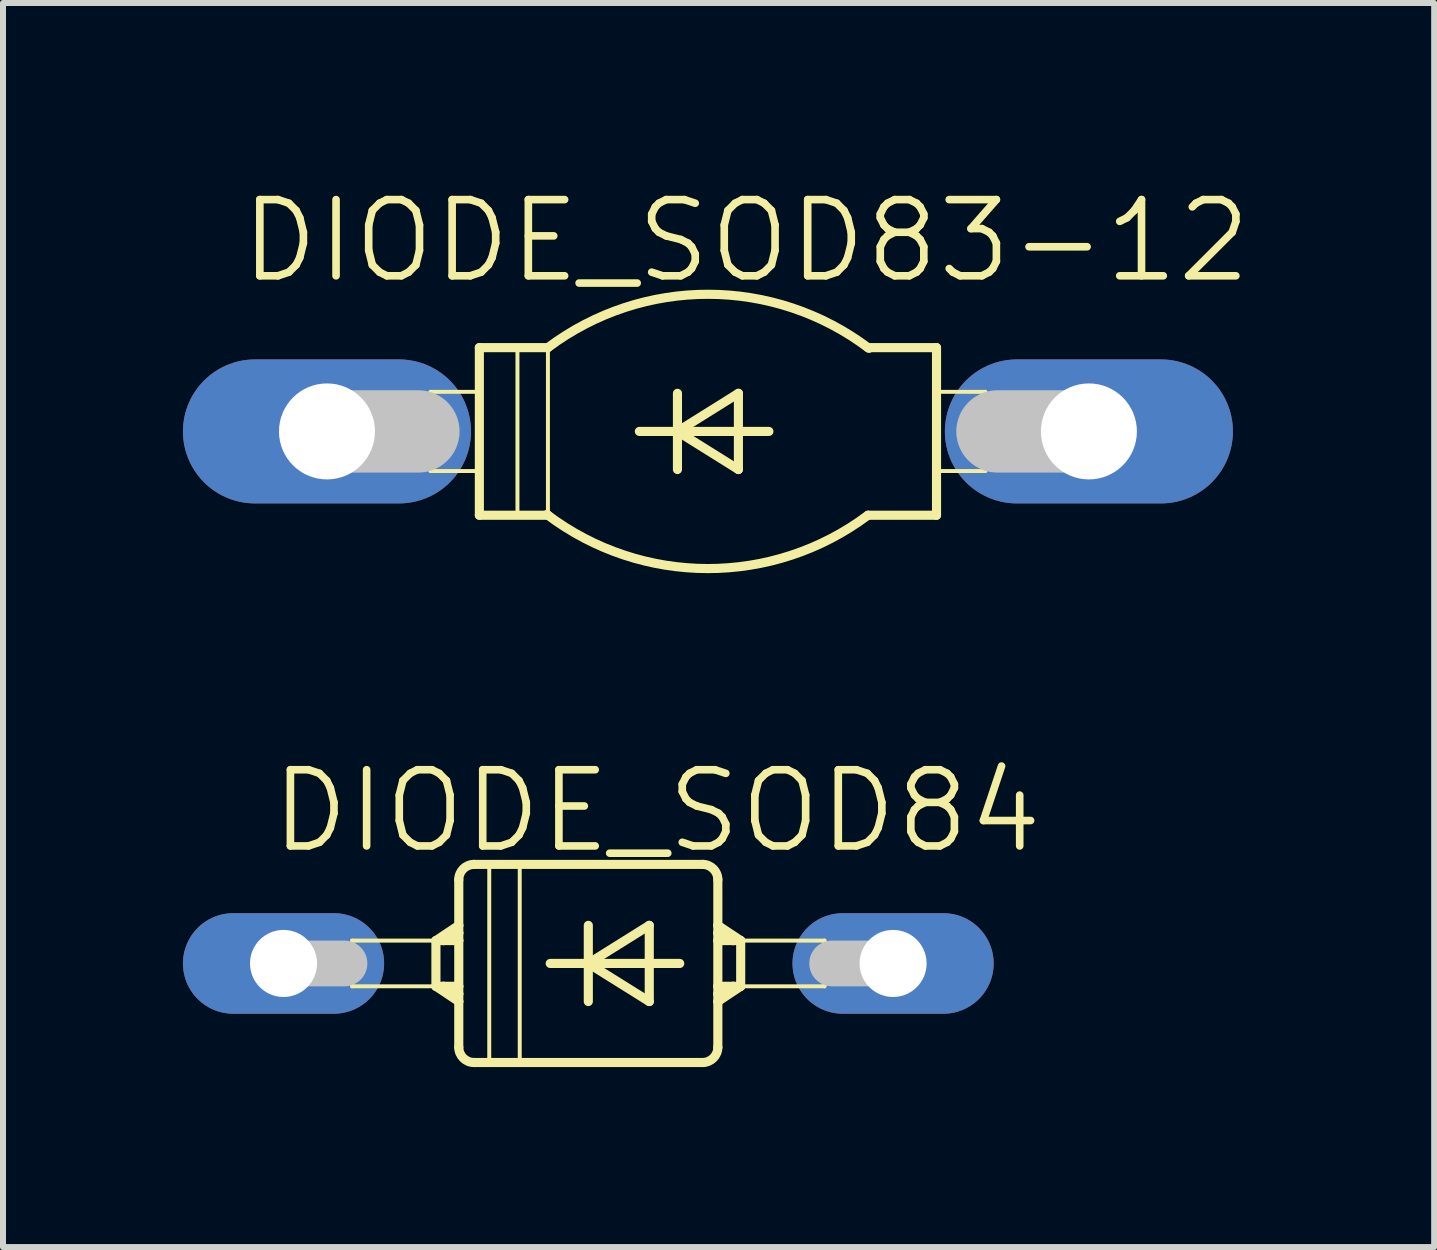
<source format=kicad_pcb>
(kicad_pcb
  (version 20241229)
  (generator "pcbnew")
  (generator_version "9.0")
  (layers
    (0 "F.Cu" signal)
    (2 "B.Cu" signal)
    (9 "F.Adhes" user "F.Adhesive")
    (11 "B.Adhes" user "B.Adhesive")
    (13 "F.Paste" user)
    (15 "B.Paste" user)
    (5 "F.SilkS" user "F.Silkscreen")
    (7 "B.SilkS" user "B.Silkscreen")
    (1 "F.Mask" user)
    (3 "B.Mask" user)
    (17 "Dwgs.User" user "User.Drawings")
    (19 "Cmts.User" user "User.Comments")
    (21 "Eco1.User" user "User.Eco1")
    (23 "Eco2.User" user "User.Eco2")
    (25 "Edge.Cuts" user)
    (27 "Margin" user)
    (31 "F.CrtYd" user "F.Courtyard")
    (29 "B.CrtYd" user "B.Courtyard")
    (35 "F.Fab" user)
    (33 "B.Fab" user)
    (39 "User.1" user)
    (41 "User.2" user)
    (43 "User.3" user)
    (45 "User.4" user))
  (footprint "DIODE_SOD83-12"
    (layer "F.Cu")
    (at 8.75 4.141)
    (property "Reference" "DIODE_SOD83-12" (at 0.635 -3.175 0) (layer "F.SilkS") (effects (font (size 1.27 1.27) (thickness 0.127))))
    (attr exclude_from_pos_files exclude_from_bom)
    (fp_line (start -4.623 -0.66) (end -3.81 -0.66) (stroke (width 0.066) (type solid)) (layer "F.SilkS"))
    (fp_line (start -4.623 0.66) (end -4.623 -0.66) (stroke (width 0.066) (type solid)) (layer "F.SilkS"))
    (fp_line (start -4.623 0.66) (end -3.81 0.66) (stroke (width 0.066) (type solid)) (layer "F.SilkS"))
    (fp_line (start -3.81 -1.397) (end -3.81 1.397) (stroke (width 0.152) (type solid)) (layer "F.SilkS"))
    (fp_line (start -3.81 -1.397) (end -2.667 -1.397) (stroke (width 0.152) (type solid)) (layer "F.SilkS"))
    (fp_line (start -3.81 0.66) (end -3.81 -0.66) (stroke (width 0.066) (type solid)) (layer "F.SilkS"))
    (fp_line (start -3.81 1.397) (end -2.667 1.397) (stroke (width 0.152) (type solid)) (layer "F.SilkS"))
    (fp_line (start -3.175 -1.397) (end -2.667 -1.397) (stroke (width 0.066) (type solid)) (layer "F.SilkS"))
    (fp_line (start -3.175 1.397) (end -3.175 -1.397) (stroke (width 0.066) (type solid)) (layer "F.SilkS"))
    (fp_line (start -3.175 1.397) (end -2.667 1.397) (stroke (width 0.066) (type solid)) (layer "F.SilkS"))
    (fp_line (start -2.667 1.397) (end -2.667 -1.397) (stroke (width 0.066) (type solid)) (layer "F.SilkS"))
    (fp_line (start -1.143 0) (end -0.508 0) (stroke (width 0.152) (type solid)) (layer "F.SilkS"))
    (fp_line (start -0.508 -0.635) (end -0.508 0) (stroke (width 0.152) (type solid)) (layer "F.SilkS"))
    (fp_line (start -0.508 0) (end -0.508 0.635) (stroke (width 0.152) (type solid)) (layer "F.SilkS"))
    (fp_line (start -0.508 0) (end 0.508 -0.635) (stroke (width 0.152) (type solid)) (layer "F.SilkS"))
    (fp_line (start -0.508 0) (end 1.016 0) (stroke (width 0.152) (type solid)) (layer "F.SilkS"))
    (fp_line (start 0.508 -0.635) (end 0.508 0.635) (stroke (width 0.152) (type solid)) (layer "F.SilkS"))
    (fp_line (start 0.508 0.635) (end -0.508 0) (stroke (width 0.152) (type solid)) (layer "F.SilkS"))
    (fp_line (start 2.667 1.397) (end 3.81 1.397) (stroke (width 0.152) (type solid)) (layer "F.SilkS"))
    (fp_line (start 3.81 -1.397) (end 2.667 -1.397) (stroke (width 0.152) (type solid)) (layer "F.SilkS"))
    (fp_line (start 3.81 -0.66) (end 4.623 -0.66) (stroke (width 0.066) (type solid)) (layer "F.SilkS"))
    (fp_line (start 3.81 0.66) (end 3.81 -0.66) (stroke (width 0.066) (type solid)) (layer "F.SilkS"))
    (fp_line (start 3.81 0.66) (end 4.623 0.66) (stroke (width 0.066) (type solid)) (layer "F.SilkS"))
    (fp_line (start 3.81 1.397) (end 3.81 -1.397) (stroke (width 0.152) (type solid)) (layer "F.SilkS"))
    (fp_line (start 4.623 0.66) (end 4.623 -0.66) (stroke (width 0.066) (type solid)) (layer "F.SilkS"))
    (fp_arc (start -2.667 -1.397) (mid 0.010094 -2.285989) (end 2.683122 -1.384851) (stroke (width 0.1524) (type solid)) (layer "F.SilkS"))
    (fp_arc (start 2.667 1.397) (mid -0.010094 2.285989) (end -2.683122 1.384851) (stroke (width 0.1524) (type solid)) (layer "F.SilkS"))
    (fp_line (start -6.35 0) (end -4.826 0) (stroke (width 1.372) (type solid)) (layer "Dwgs.User"))
    (fp_line (start 6.35 0) (end 4.826 0) (stroke (width 1.372) (type solid)) (layer "Dwgs.User"))
    (pad "A" thru_hole oval (at 6.35 0 90) (size 2.4 4.801) (drill 1.6) (layers "*.Cu" "*.Paste" "*.Mask"))
    (pad "C" thru_hole oval (at -6.35 0 90) (size 2.4 4.801) (drill 1.6) (layers "*.Cu" "*.Paste" "*.Mask")))
  (footprint "DIODE_SOD84"
    (layer "F.Cu")
    (at 6.756 13.009)
    (property "Reference" "DIODE_SOD84" (at 1.143 -2.54 0) (layer "F.SilkS") (effects (font (size 1.27 1.27) (thickness 0.127))))
    (attr exclude_from_pos_files exclude_from_bom)
    (fp_line (start -3.937 -0.381) (end -2.159 -0.381) (stroke (width 0.066) (type solid)) (layer "F.SilkS"))
    (fp_line (start -3.937 0.381) (end -3.937 -0.381) (stroke (width 0.066) (type solid)) (layer "F.SilkS"))
    (fp_line (start -3.937 0.381) (end -2.159 0.381) (stroke (width 0.066) (type solid)) (layer "F.SilkS"))
    (fp_line (start -2.54 -0.381) (end -2.54 0.381) (stroke (width 0.152) (type solid)) (layer "F.SilkS"))
    (fp_line (start -2.54 -0.381) (end -2.413 -0.381) (stroke (width 0.152) (type solid)) (layer "F.SilkS"))
    (fp_line (start -2.54 0.381) (end -2.413 0.381) (stroke (width 0.152) (type solid)) (layer "F.SilkS"))
    (fp_line (start -2.54 0.381) (end -2.159 0.635) (stroke (width 0.152) (type solid)) (layer "F.SilkS"))
    (fp_line (start -2.413 -0.381) (end -2.159 -0.381) (stroke (width 0.152) (type solid)) (layer "F.SilkS"))
    (fp_line (start -2.413 0.381) (end -2.159 0.381) (stroke (width 0.152) (type solid)) (layer "F.SilkS"))
    (fp_line (start -2.159 -0.635) (end -2.54 -0.381) (stroke (width 0.152) (type solid)) (layer "F.SilkS"))
    (fp_line (start -2.159 -0.635) (end -2.159 -1.397) (stroke (width 0.152) (type solid)) (layer "F.SilkS"))
    (fp_line (start -2.159 -0.635) (end -2.159 -0.508) (stroke (width 0.152) (type solid)) (layer "F.SilkS"))
    (fp_line (start -2.159 -0.508) (end -2.413 -0.381) (stroke (width 0.152) (type solid)) (layer "F.SilkS"))
    (fp_line (start -2.159 -0.508) (end -2.159 -0.381) (stroke (width 0.152) (type solid)) (layer "F.SilkS"))
    (fp_line (start -2.159 -0.381) (end -2.159 0.381) (stroke (width 0.152) (type solid)) (layer "F.SilkS"))
    (fp_line (start -2.159 0.381) (end -2.159 -0.381) (stroke (width 0.066) (type solid)) (layer "F.SilkS"))
    (fp_line (start -2.159 0.381) (end -2.159 0.508) (stroke (width 0.152) (type solid)) (layer "F.SilkS"))
    (fp_line (start -2.159 0.508) (end -2.413 0.381) (stroke (width 0.152) (type solid)) (layer "F.SilkS"))
    (fp_line (start -2.159 0.508) (end -2.159 0.635) (stroke (width 0.152) (type solid)) (layer "F.SilkS"))
    (fp_line (start -2.159 0.635) (end -2.159 1.397) (stroke (width 0.152) (type solid)) (layer "F.SilkS"))
    (fp_line (start -1.905 -1.651) (end 1.905 -1.651) (stroke (width 0.152) (type solid)) (layer "F.SilkS"))
    (fp_line (start -1.905 1.651) (end 1.905 1.651) (stroke (width 0.152) (type solid)) (layer "F.SilkS"))
    (fp_line (start -1.651 -1.651) (end -1.143 -1.651) (stroke (width 0.066) (type solid)) (layer "F.SilkS"))
    (fp_line (start -1.651 1.651) (end -1.651 -1.651) (stroke (width 0.066) (type solid)) (layer "F.SilkS"))
    (fp_line (start -1.651 1.651) (end -1.143 1.651) (stroke (width 0.066) (type solid)) (layer "F.SilkS"))
    (fp_line (start -1.143 1.651) (end -1.143 -1.651) (stroke (width 0.066) (type solid)) (layer "F.SilkS"))
    (fp_line (start -0.635 0) (end 0 0) (stroke (width 0.152) (type solid)) (layer "F.SilkS"))
    (fp_line (start 0 -0.635) (end 0 0) (stroke (width 0.152) (type solid)) (layer "F.SilkS"))
    (fp_line (start 0 0) (end 0 0.635) (stroke (width 0.152) (type solid)) (layer "F.SilkS"))
    (fp_line (start 0 0) (end 1.016 -0.635) (stroke (width 0.152) (type solid)) (layer "F.SilkS"))
    (fp_line (start 0 0) (end 1.524 0) (stroke (width 0.152) (type solid)) (layer "F.SilkS"))
    (fp_line (start 1.016 -0.635) (end 1.016 0.635) (stroke (width 0.152) (type solid)) (layer "F.SilkS"))
    (fp_line (start 1.016 0.635) (end 0 0) (stroke (width 0.152) (type solid)) (layer "F.SilkS"))
    (fp_line (start 2.159 -0.635) (end 2.159 -1.397) (stroke (width 0.152) (type solid)) (layer "F.SilkS"))
    (fp_line (start 2.159 -0.635) (end 2.54 -0.381) (stroke (width 0.152) (type solid)) (layer "F.SilkS"))
    (fp_line (start 2.159 -0.508) (end 2.159 -0.635) (stroke (width 0.152) (type solid)) (layer "F.SilkS"))
    (fp_line (start 2.159 -0.508) (end 2.413 -0.381) (stroke (width 0.152) (type solid)) (layer "F.SilkS"))
    (fp_line (start 2.159 -0.381) (end 2.159 -0.508) (stroke (width 0.152) (type solid)) (layer "F.SilkS"))
    (fp_line (start 2.159 -0.381) (end 3.937 -0.381) (stroke (width 0.066) (type solid)) (layer "F.SilkS"))
    (fp_line (start 2.159 0.381) (end 2.159 -0.381) (stroke (width 0.066) (type solid)) (layer "F.SilkS"))
    (fp_line (start 2.159 0.381) (end 2.159 -0.381) (stroke (width 0.152) (type solid)) (layer "F.SilkS"))
    (fp_line (start 2.159 0.381) (end 3.937 0.381) (stroke (width 0.066) (type solid)) (layer "F.SilkS"))
    (fp_line (start 2.159 0.508) (end 2.159 0.381) (stroke (width 0.152) (type solid)) (layer "F.SilkS"))
    (fp_line (start 2.159 0.508) (end 2.413 0.381) (stroke (width 0.152) (type solid)) (layer "F.SilkS"))
    (fp_line (start 2.159 0.635) (end 2.159 0.508) (stroke (width 0.152) (type solid)) (layer "F.SilkS"))
    (fp_line (start 2.159 0.635) (end 2.159 1.397) (stroke (width 0.152) (type solid)) (layer "F.SilkS"))
    (fp_line (start 2.159 0.635) (end 2.54 0.381) (stroke (width 0.152) (type solid)) (layer "F.SilkS"))
    (fp_line (start 2.413 -0.381) (end 2.159 -0.381) (stroke (width 0.152) (type solid)) (layer "F.SilkS"))
    (fp_line (start 2.413 0.381) (end 2.159 0.381) (stroke (width 0.152) (type solid)) (layer "F.SilkS"))
    (fp_line (start 2.54 -0.381) (end 2.413 -0.381) (stroke (width 0.152) (type solid)) (layer "F.SilkS"))
    (fp_line (start 2.54 -0.381) (end 2.54 0.381) (stroke (width 0.152) (type solid)) (layer "F.SilkS"))
    (fp_line (start 2.54 0.381) (end 2.413 0.381) (stroke (width 0.152) (type solid)) (layer "F.SilkS"))
    (fp_line (start 3.937 0.381) (end 3.937 -0.381) (stroke (width 0.066) (type solid)) (layer "F.SilkS"))
    (fp_arc (start -2.159 -1.397) (mid -2.084605 -1.576605) (end -1.905 -1.651) (stroke (width 0.1524) (type solid)) (layer "F.SilkS"))
    (fp_arc (start -1.905 1.651) (mid -2.084605 1.576605) (end -2.159 1.397) (stroke (width 0.1524) (type solid)) (layer "F.SilkS"))
    (fp_arc (start 1.905 -1.651) (mid 2.084605 -1.576605) (end 2.159 -1.397) (stroke (width 0.1524) (type solid)) (layer "F.SilkS"))
    (fp_arc (start 2.159 1.397) (mid 2.084605 1.576605) (end 1.905 1.651) (stroke (width 0.1524) (type solid)) (layer "F.SilkS"))
    (fp_line (start -5.08 0) (end -4.064 0) (stroke (width 0.762) (type solid)) (layer "Dwgs.User"))
    (fp_line (start 5.08 0) (end 4.064 0) (stroke (width 0.762) (type solid)) (layer "Dwgs.User"))
    (pad "A" thru_hole oval (at 5.08 0 90) (size 1.676 3.353) (drill 1.118) (layers "*.Cu" "*.Paste" "*.Mask"))
    (pad "C" thru_hole oval (at -5.08 0 90) (size 1.676 3.353) (drill 1.118) (layers "*.Cu" "*.Paste" "*.Mask")))
  (gr_rect
    (start -3 -3)
    (end 20.855 17.736)
    (stroke (width 0.1) (type default))
    (fill no)
    (layer "Edge.Cuts")))
</source>
